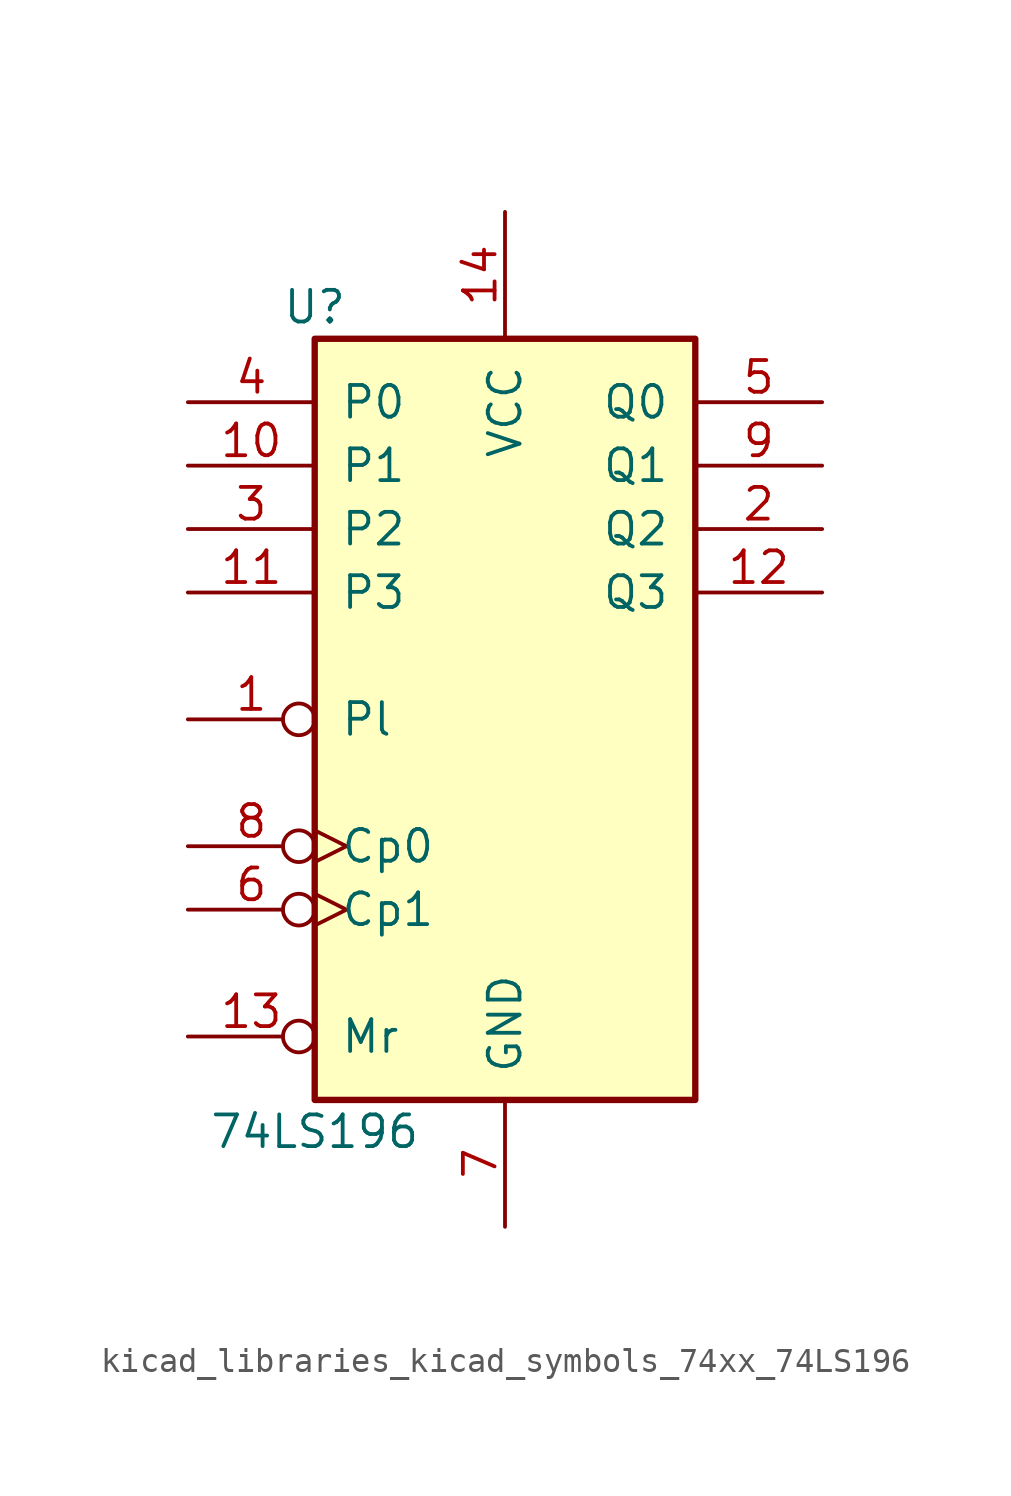
<source format=kicad_sym>
(kicad_symbol_lib
  (version 20220914)
  (generator kicad_symbol_editor)
  (symbol "kicad_libraries_kicad_symbols_74xx_74LS196"
    (pin_names
      (offset 1.016))
    (property "Reference" "U"
      (at -7.62 16.51 0)
      (effects (font (size 1.27 1.27))))
    (property "Value" "74LS196"
      (at -7.62 -16.51 0)
      (effects (font (size 1.27 1.27))))
    (property "ki_locked" ""
      (at 0 0 0)
      (effects (font (size 1.27 1.27))))
    (symbol "kicad_libraries_kicad_symbols_74xx_74LS196_1_0"
      (pin input inverted (at -12.7 0 0) (length 5.08) (name "Pl" (effects (font (size 1.27 1.27)))) (number "1" (effects (font (size 1.27 1.27)))))
      (pin input line (at -12.7 10.16 0) (length 5.08) (name "P1" (effects (font (size 1.27 1.27)))) (number "10" (effects (font (size 1.27 1.27)))))
      (pin input line (at -12.7 5.08 0) (length 5.08) (name "P3" (effects (font (size 1.27 1.27)))) (number "11" (effects (font (size 1.27 1.27)))))
      (pin output line (at 12.7 5.08 180) (length 5.08) (name "Q3" (effects (font (size 1.27 1.27)))) (number "12" (effects (font (size 1.27 1.27)))))
      (pin input inverted (at -12.7 -12.7 0) (length 5.08) (name "Mr" (effects (font (size 1.27 1.27)))) (number "13" (effects (font (size 1.27 1.27)))))
      (pin power_in line (at 0 20.32 270) (length 5.08) (name "VCC" (effects (font (size 1.27 1.27)))) (number "14" (effects (font (size 1.27 1.27)))))
      (pin output line (at 12.7 7.62 180) (length 5.08) (name "Q2" (effects (font (size 1.27 1.27)))) (number "2" (effects (font (size 1.27 1.27)))))
      (pin input line (at -12.7 7.62 0) (length 5.08) (name "P2" (effects (font (size 1.27 1.27)))) (number "3" (effects (font (size 1.27 1.27)))))
      (pin input line (at -12.7 12.7 0) (length 5.08) (name "P0" (effects (font (size 1.27 1.27)))) (number "4" (effects (font (size 1.27 1.27)))))
      (pin output line (at 12.7 12.7 180) (length 5.08) (name "Q0" (effects (font (size 1.27 1.27)))) (number "5" (effects (font (size 1.27 1.27)))))
      (pin input inverted_clock (at -12.7 -7.62 0) (length 5.08) (name "Cp1" (effects (font (size 1.27 1.27)))) (number "6" (effects (font (size 1.27 1.27)))))
      (pin power_in line (at 0 -20.32 90) (length 5.08) (name "GND" (effects (font (size 1.27 1.27)))) (number "7" (effects (font (size 1.27 1.27)))))
      (pin input inverted_clock (at -12.7 -5.08 0) (length 5.08) (name "Cp0" (effects (font (size 1.27 1.27)))) (number "8" (effects (font (size 1.27 1.27)))))
      (pin output line (at 12.7 10.16 180) (length 5.08) (name "Q1" (effects (font (size 1.27 1.27)))) (number "9" (effects (font (size 1.27 1.27))))))
    (symbol "kicad_libraries_kicad_symbols_74xx_74LS196_1_1"
      (rectangle (start -7.62 15.24) (end 7.62 -15.24) (stroke (width 0.254) (type default)) (fill (type background))))))
</source>
